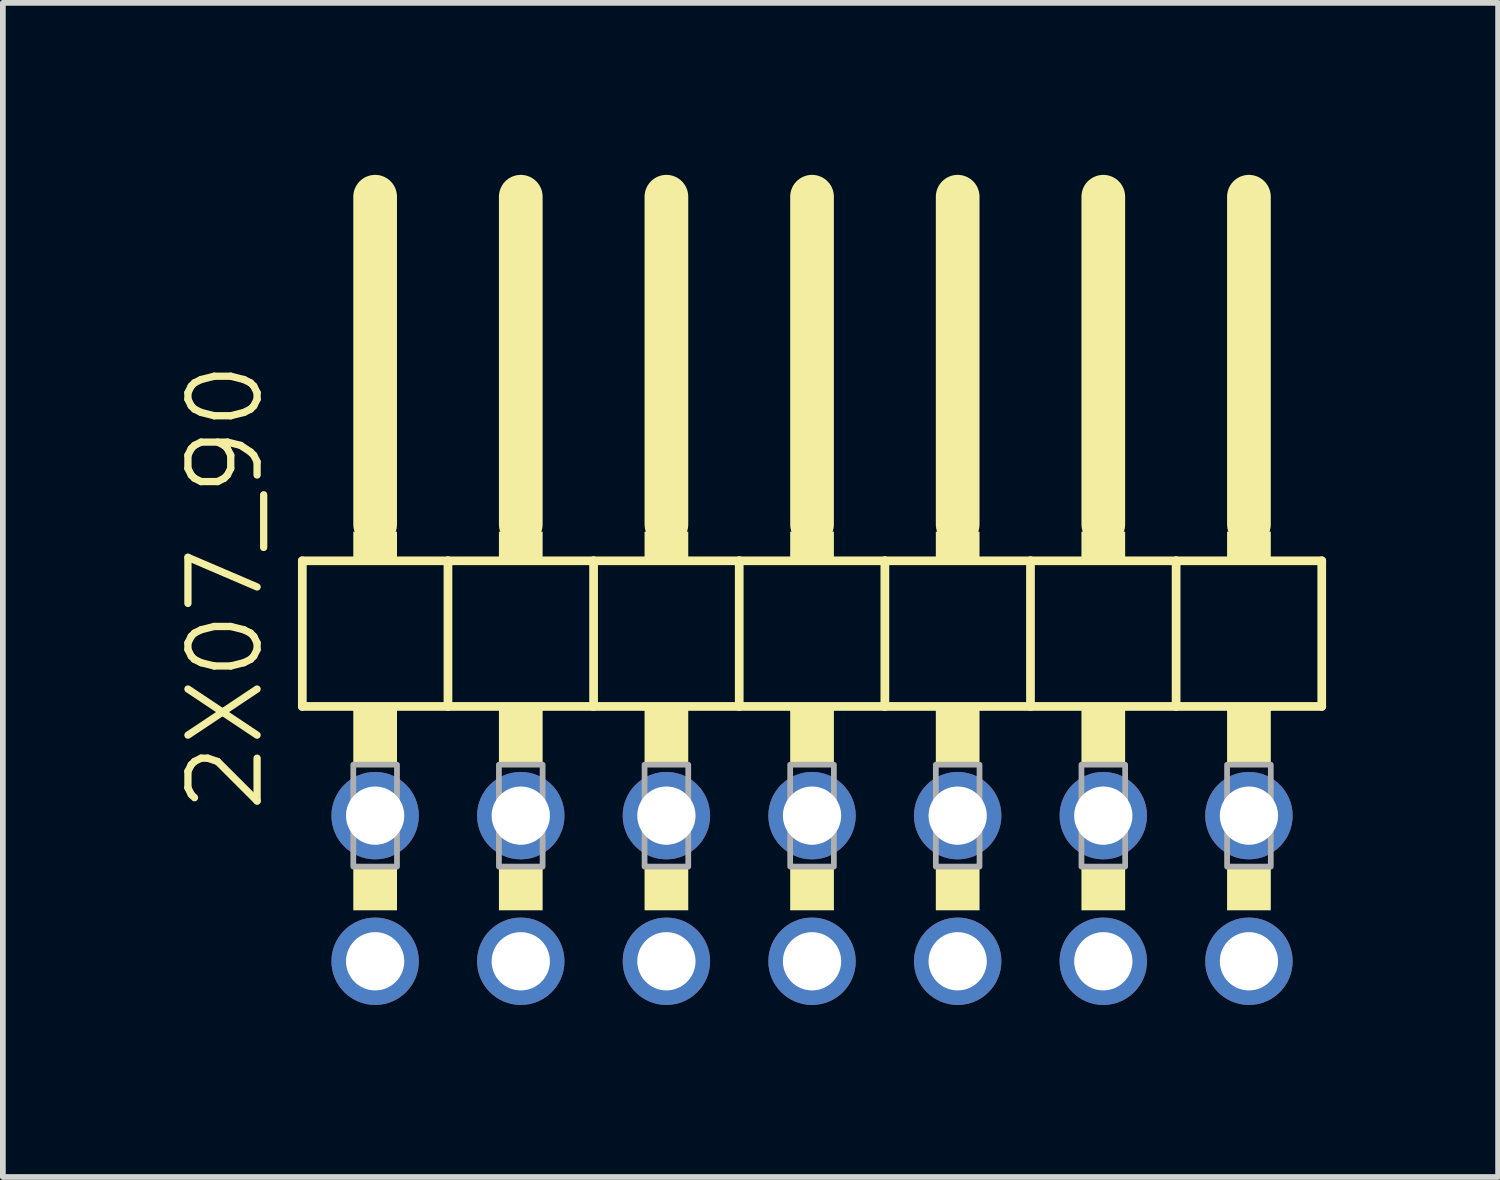
<source format=kicad_pcb>
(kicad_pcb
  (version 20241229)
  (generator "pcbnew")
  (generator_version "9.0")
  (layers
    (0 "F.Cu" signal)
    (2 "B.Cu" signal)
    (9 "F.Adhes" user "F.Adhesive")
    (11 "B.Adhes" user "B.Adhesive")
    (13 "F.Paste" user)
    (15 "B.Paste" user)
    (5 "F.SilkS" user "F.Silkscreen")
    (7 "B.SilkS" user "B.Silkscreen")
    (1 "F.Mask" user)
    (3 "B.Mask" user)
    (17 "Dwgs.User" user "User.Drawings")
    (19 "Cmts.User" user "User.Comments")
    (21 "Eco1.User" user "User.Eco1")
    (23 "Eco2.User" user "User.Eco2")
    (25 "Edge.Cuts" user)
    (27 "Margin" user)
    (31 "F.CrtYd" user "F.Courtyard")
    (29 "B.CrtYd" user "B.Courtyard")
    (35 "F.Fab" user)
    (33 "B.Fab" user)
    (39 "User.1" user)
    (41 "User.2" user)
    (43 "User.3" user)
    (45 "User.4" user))
  (footprint "2X07_90"
    (layer "F.Cu")
    (at 11.113 7.366)
    (property "Reference" "2X07_90" (at -9.525 3.81 90) (layer "F.SilkS") (effects (font (size 1.206 1.206) (thickness 0.127)) (justify left bottom)))
    (attr through_hole)
    (fp_line (start -8.89 -0.635) (end -8.89 1.905) (stroke (width 0.152) (type solid)) (layer "F.SilkS"))
    (fp_line (start -8.89 1.905) (end -6.35 1.905) (stroke (width 0.152) (type solid)) (layer "F.SilkS"))
    (fp_line (start -7.62 -6.985) (end -7.62 -1.27) (stroke (width 0.762) (type solid)) (layer "F.SilkS"))
    (fp_line (start -6.35 -0.635) (end -8.89 -0.635) (stroke (width 0.152) (type solid)) (layer "F.SilkS"))
    (fp_line (start -6.35 1.905) (end -6.35 -0.635) (stroke (width 0.152) (type solid)) (layer "F.SilkS"))
    (fp_line (start -6.35 1.905) (end -3.81 1.905) (stroke (width 0.152) (type solid)) (layer "F.SilkS"))
    (fp_line (start -5.08 -6.985) (end -5.08 -1.27) (stroke (width 0.762) (type solid)) (layer "F.SilkS"))
    (fp_line (start -3.81 -0.635) (end -6.35 -0.635) (stroke (width 0.152) (type solid)) (layer "F.SilkS"))
    (fp_line (start -3.81 1.905) (end -3.81 -0.635) (stroke (width 0.152) (type solid)) (layer "F.SilkS"))
    (fp_line (start -3.81 1.905) (end -1.27 1.905) (stroke (width 0.152) (type solid)) (layer "F.SilkS"))
    (fp_line (start -2.54 -6.985) (end -2.54 -1.27) (stroke (width 0.762) (type solid)) (layer "F.SilkS"))
    (fp_line (start -1.27 -0.635) (end -3.81 -0.635) (stroke (width 0.152) (type solid)) (layer "F.SilkS"))
    (fp_line (start -1.27 1.905) (end -1.27 -0.635) (stroke (width 0.152) (type solid)) (layer "F.SilkS"))
    (fp_line (start -1.27 1.905) (end 1.27 1.905) (stroke (width 0.152) (type solid)) (layer "F.SilkS"))
    (fp_line (start 0 -6.985) (end 0 -1.27) (stroke (width 0.762) (type solid)) (layer "F.SilkS"))
    (fp_line (start 1.27 -0.635) (end -1.27 -0.635) (stroke (width 0.152) (type solid)) (layer "F.SilkS"))
    (fp_line (start 1.27 1.905) (end 1.27 -0.635) (stroke (width 0.152) (type solid)) (layer "F.SilkS"))
    (fp_line (start 1.27 1.905) (end 3.81 1.905) (stroke (width 0.152) (type solid)) (layer "F.SilkS"))
    (fp_line (start 2.54 -6.985) (end 2.54 -1.27) (stroke (width 0.762) (type solid)) (layer "F.SilkS"))
    (fp_line (start 3.81 -0.635) (end 1.27 -0.635) (stroke (width 0.152) (type solid)) (layer "F.SilkS"))
    (fp_line (start 3.81 1.905) (end 3.81 -0.635) (stroke (width 0.152) (type solid)) (layer "F.SilkS"))
    (fp_line (start 3.81 1.905) (end 6.35 1.905) (stroke (width 0.152) (type solid)) (layer "F.SilkS"))
    (fp_line (start 5.08 -6.985) (end 5.08 -1.27) (stroke (width 0.762) (type solid)) (layer "F.SilkS"))
    (fp_line (start 6.35 -0.635) (end 3.81 -0.635) (stroke (width 0.152) (type solid)) (layer "F.SilkS"))
    (fp_line (start 6.35 1.905) (end 6.35 -0.635) (stroke (width 0.152) (type solid)) (layer "F.SilkS"))
    (fp_line (start 6.35 1.905) (end 8.89 1.905) (stroke (width 0.152) (type solid)) (layer "F.SilkS"))
    (fp_line (start 7.62 -6.985) (end 7.62 -1.27) (stroke (width 0.762) (type solid)) (layer "F.SilkS"))
    (fp_line (start 8.89 -0.635) (end 6.35 -0.635) (stroke (width 0.152) (type solid)) (layer "F.SilkS"))
    (fp_line (start 8.89 1.905) (end 8.89 -0.635) (stroke (width 0.152) (type solid)) (layer "F.SilkS"))
    (fp_poly (pts (xy -8.001 -0.635) (xy -7.239 -0.635) (xy -7.239 -1.143) (xy -8.001 -1.143)) (stroke (width 0) (type solid)) (fill yes) (layer "F.SilkS"))
    (fp_poly (pts (xy -8.001 2.921) (xy -7.239 2.921) (xy -7.239 1.905) (xy -8.001 1.905)) (stroke (width 0) (type solid)) (fill yes) (layer "F.SilkS"))
    (fp_poly (pts (xy -8.001 5.461) (xy -7.239 5.461) (xy -7.239 4.699) (xy -8.001 4.699)) (stroke (width 0) (type solid)) (fill yes) (layer "F.SilkS"))
    (fp_poly (pts (xy -5.461 -0.635) (xy -4.699 -0.635) (xy -4.699 -1.143) (xy -5.461 -1.143)) (stroke (width 0) (type solid)) (fill yes) (layer "F.SilkS"))
    (fp_poly (pts (xy -5.461 2.921) (xy -4.699 2.921) (xy -4.699 1.905) (xy -5.461 1.905)) (stroke (width 0) (type solid)) (fill yes) (layer "F.SilkS"))
    (fp_poly (pts (xy -5.461 5.461) (xy -4.699 5.461) (xy -4.699 4.699) (xy -5.461 4.699)) (stroke (width 0) (type solid)) (fill yes) (layer "F.SilkS"))
    (fp_poly (pts (xy -2.921 -0.635) (xy -2.159 -0.635) (xy -2.159 -1.143) (xy -2.921 -1.143)) (stroke (width 0) (type solid)) (fill yes) (layer "F.SilkS"))
    (fp_poly (pts (xy -2.921 2.921) (xy -2.159 2.921) (xy -2.159 1.905) (xy -2.921 1.905)) (stroke (width 0) (type solid)) (fill yes) (layer "F.SilkS"))
    (fp_poly (pts (xy -2.921 5.461) (xy -2.159 5.461) (xy -2.159 4.699) (xy -2.921 4.699)) (stroke (width 0) (type solid)) (fill yes) (layer "F.SilkS"))
    (fp_poly (pts (xy -0.381 -0.635) (xy 0.381 -0.635) (xy 0.381 -1.143) (xy -0.381 -1.143)) (stroke (width 0) (type solid)) (fill yes) (layer "F.SilkS"))
    (fp_poly (pts (xy -0.381 2.921) (xy 0.381 2.921) (xy 0.381 1.905) (xy -0.381 1.905)) (stroke (width 0) (type solid)) (fill yes) (layer "F.SilkS"))
    (fp_poly (pts (xy -0.381 5.461) (xy 0.381 5.461) (xy 0.381 4.699) (xy -0.381 4.699)) (stroke (width 0) (type solid)) (fill yes) (layer "F.SilkS"))
    (fp_poly (pts (xy 2.159 -0.635) (xy 2.921 -0.635) (xy 2.921 -1.143) (xy 2.159 -1.143)) (stroke (width 0) (type solid)) (fill yes) (layer "F.SilkS"))
    (fp_poly (pts (xy 2.159 2.921) (xy 2.921 2.921) (xy 2.921 1.905) (xy 2.159 1.905)) (stroke (width 0) (type solid)) (fill yes) (layer "F.SilkS"))
    (fp_poly (pts (xy 2.159 5.461) (xy 2.921 5.461) (xy 2.921 4.699) (xy 2.159 4.699)) (stroke (width 0) (type solid)) (fill yes) (layer "F.SilkS"))
    (fp_poly (pts (xy 4.699 -0.635) (xy 5.461 -0.635) (xy 5.461 -1.143) (xy 4.699 -1.143)) (stroke (width 0) (type solid)) (fill yes) (layer "F.SilkS"))
    (fp_poly (pts (xy 4.699 2.921) (xy 5.461 2.921) (xy 5.461 1.905) (xy 4.699 1.905)) (stroke (width 0) (type solid)) (fill yes) (layer "F.SilkS"))
    (fp_poly (pts (xy 4.699 5.461) (xy 5.461 5.461) (xy 5.461 4.699) (xy 4.699 4.699)) (stroke (width 0) (type solid)) (fill yes) (layer "F.SilkS"))
    (fp_poly (pts (xy 7.239 -0.635) (xy 8.001 -0.635) (xy 8.001 -1.143) (xy 7.239 -1.143)) (stroke (width 0) (type solid)) (fill yes) (layer "F.SilkS"))
    (fp_poly (pts (xy 7.239 2.921) (xy 8.001 2.921) (xy 8.001 1.905) (xy 7.239 1.905)) (stroke (width 0) (type solid)) (fill yes) (layer "F.SilkS"))
    (fp_poly (pts (xy 7.239 5.461) (xy 8.001 5.461) (xy 8.001 4.699) (xy 7.239 4.699)) (stroke (width 0) (type solid)) (fill yes) (layer "F.SilkS"))
    (fp_poly (pts (xy -8.001 4.699) (xy -7.239 4.699) (xy -7.239 2.921) (xy -8.001 2.921)) (stroke (width 0.1) (type solid)) (fill no) (layer "F.Fab"))
    (fp_poly (pts (xy -5.461 4.699) (xy -4.699 4.699) (xy -4.699 2.921) (xy -5.461 2.921)) (stroke (width 0.1) (type solid)) (fill no) (layer "F.Fab"))
    (fp_poly (pts (xy -2.921 4.699) (xy -2.159 4.699) (xy -2.159 2.921) (xy -2.921 2.921)) (stroke (width 0.1) (type solid)) (fill no) (layer "F.Fab"))
    (fp_poly (pts (xy -0.381 4.699) (xy 0.381 4.699) (xy 0.381 2.921) (xy -0.381 2.921)) (stroke (width 0.1) (type solid)) (fill no) (layer "F.Fab"))
    (fp_poly (pts (xy 2.159 4.699) (xy 2.921 4.699) (xy 2.921 2.921) (xy 2.159 2.921)) (stroke (width 0.1) (type solid)) (fill no) (layer "F.Fab"))
    (fp_poly (pts (xy 4.699 4.699) (xy 5.461 4.699) (xy 5.461 2.921) (xy 4.699 2.921)) (stroke (width 0.1) (type solid)) (fill no) (layer "F.Fab"))
    (fp_poly (pts (xy 7.239 4.699) (xy 8.001 4.699) (xy 8.001 2.921) (xy 7.239 2.921)) (stroke (width 0.1) (type solid)) (fill no) (layer "F.Fab"))
    (pad "1" thru_hole circle (at -7.62 6.35) (size 1.524 1.524) (drill 1.016) (layers "*.Cu" "*.Mask"))
    (pad "2" thru_hole circle (at -7.62 3.81) (size 1.524 1.524) (drill 1.016) (layers "*.Cu" "*.Mask"))
    (pad "3" thru_hole circle (at -5.08 6.35) (size 1.524 1.524) (drill 1.016) (layers "*.Cu" "*.Mask"))
    (pad "4" thru_hole circle (at -5.08 3.81) (size 1.524 1.524) (drill 1.016) (layers "*.Cu" "*.Mask"))
    (pad "5" thru_hole circle (at -2.54 6.35) (size 1.524 1.524) (drill 1.016) (layers "*.Cu" "*.Mask"))
    (pad "6" thru_hole circle (at -2.54 3.81) (size 1.524 1.524) (drill 1.016) (layers "*.Cu" "*.Mask"))
    (pad "7" thru_hole circle (at 0 6.35) (size 1.524 1.524) (drill 1.016) (layers "*.Cu" "*.Mask"))
    (pad "8" thru_hole circle (at 0 3.81) (size 1.524 1.524) (drill 1.016) (layers "*.Cu" "*.Mask"))
    (pad "9" thru_hole circle (at 2.54 6.35) (size 1.524 1.524) (drill 1.016) (layers "*.Cu" "*.Mask"))
    (pad "10" thru_hole circle (at 2.54 3.81) (size 1.524 1.524) (drill 1.016) (layers "*.Cu" "*.Mask"))
    (pad "11" thru_hole circle (at 5.08 6.35) (size 1.524 1.524) (drill 1.016) (layers "*.Cu" "*.Mask"))
    (pad "12" thru_hole circle (at 5.08 3.81) (size 1.524 1.524) (drill 1.016) (layers "*.Cu" "*.Mask"))
    (pad "13" thru_hole circle (at 7.62 6.35) (size 1.524 1.524) (drill 1.016) (layers "*.Cu" "*.Mask"))
    (pad "14" thru_hole circle (at 7.62 3.81) (size 1.524 1.524) (drill 1.016) (layers "*.Cu" "*.Mask")))
  (gr_rect
    (start -3 -3)
    (end 23.079 17.478)
    (stroke (width 0.1) (type default))
    (fill no)
    (layer "Edge.Cuts")))
</source>
